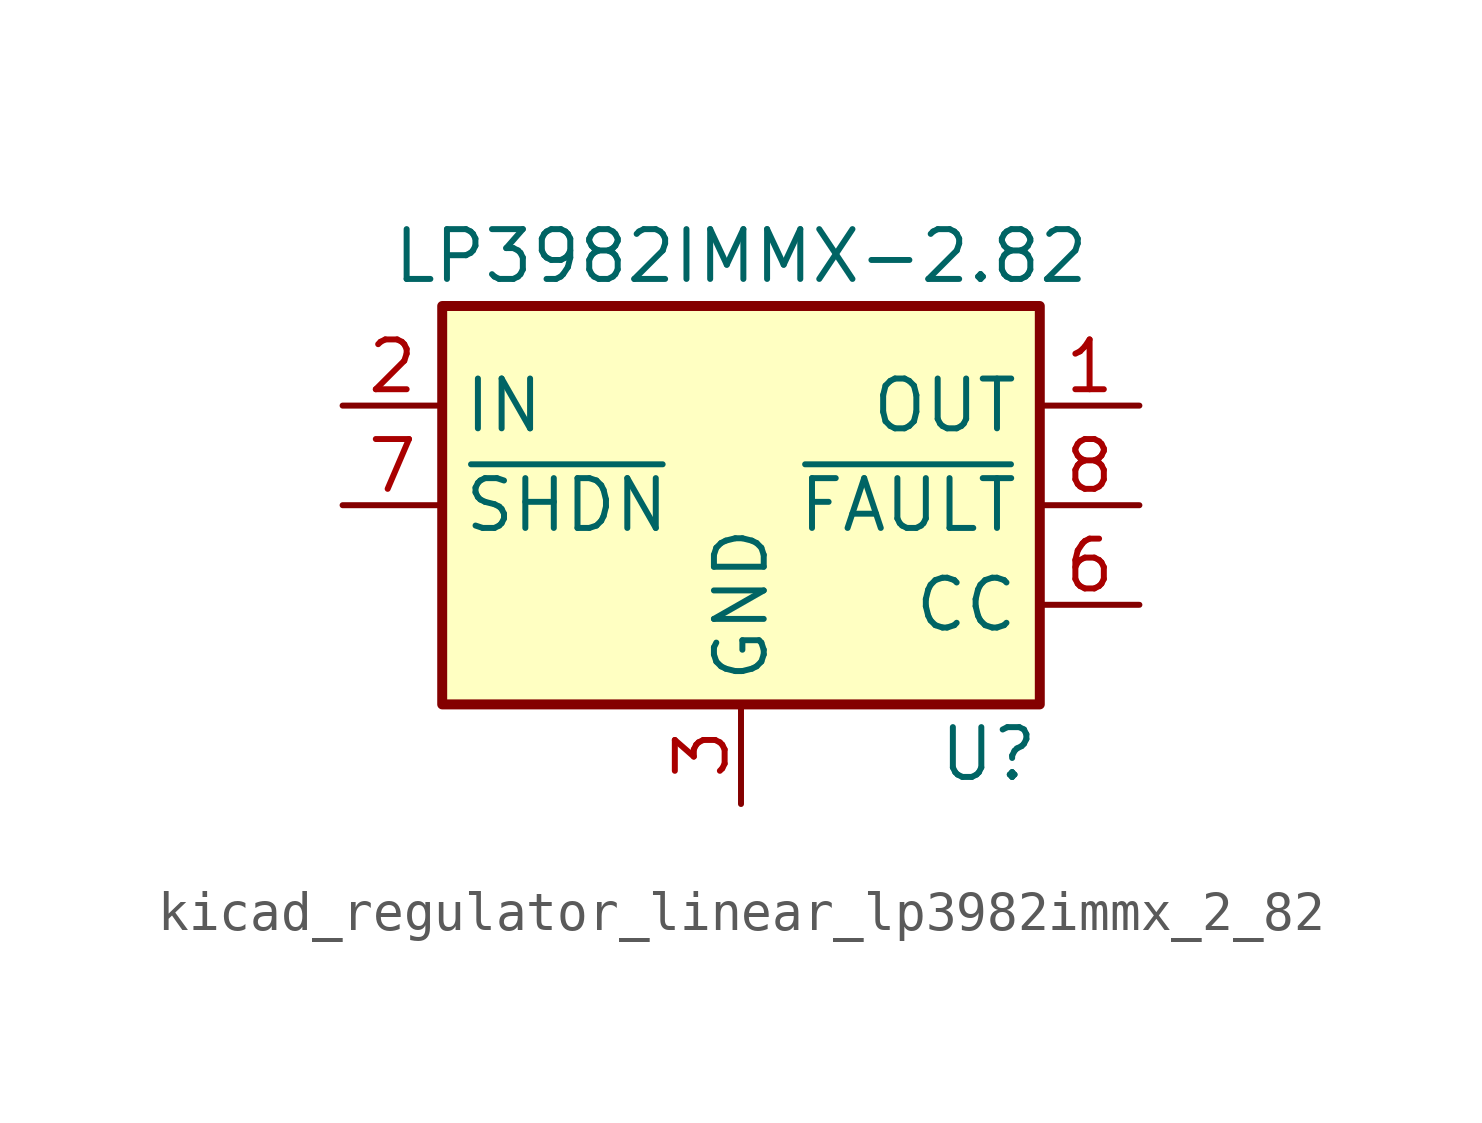
<source format=kicad_sym>
(kicad_symbol_lib
  (version 20220914)
  (generator kicad_symbol_editor)
  (symbol "kicad_regulator_linear_lp3982immx_2_82"
    (property "Reference" "U"
      (at 7.62 -6.35 0)
      (effects (font (size 1.27 1.27)) (justify right)))
    (property "Value" "LP3982IMMX-2.82"
      (at 0 6.35 0)
      (effects (font (size 1.27 1.27))))
    (symbol "kicad_regulator_linear_lp3982immx_2_82_0_1"
      (rectangle (start -7.62 5.08) (end 7.62 -5.08) (stroke (width 0.254) (type default)) (fill (type background))))
    (symbol "kicad_regulator_linear_lp3982immx_2_82_1_1"
      (pin power_out line (at 10.16 2.54 180) (length 2.54) (name "OUT" (effects (font (size 1.27 1.27)))) (number "1" (effects (font (size 1.27 1.27)))))
      (pin power_in line (at -10.16 2.54 0) (length 2.54) (name "IN" (effects (font (size 1.27 1.27)))) (number "2" (effects (font (size 1.27 1.27)))))
      (pin power_in line (at 0 -7.62 90) (length 2.54) (name "GND" (effects (font (size 1.27 1.27)))) (number "3" (effects (font (size 1.27 1.27)))))
      (pin passive line (at 10.16 2.54 180) (length 2.54) hide (name "OUT" (effects (font (size 1.27 1.27)))) (number "4" (effects (font (size 1.27 1.27)))))
      (pin no_connect line (at -7.62 -2.54 0) (length 2.54) hide (name "NC" (effects (font (size 1.27 1.27)))) (number "5" (effects (font (size 1.27 1.27)))))
      (pin passive line (at 10.16 -2.54 180) (length 2.54) (name "CC" (effects (font (size 1.27 1.27)))) (number "6" (effects (font (size 1.27 1.27)))))
      (pin input line (at -10.16 0 0) (length 2.54) (name "~{SHDN}" (effects (font (size 1.27 1.27)))) (number "7" (effects (font (size 1.27 1.27)))))
      (pin open_collector line (at 10.16 0 180) (length 2.54) (name "~{FAULT}" (effects (font (size 1.27 1.27)))) (number "8" (effects (font (size 1.27 1.27))))))))
</source>
